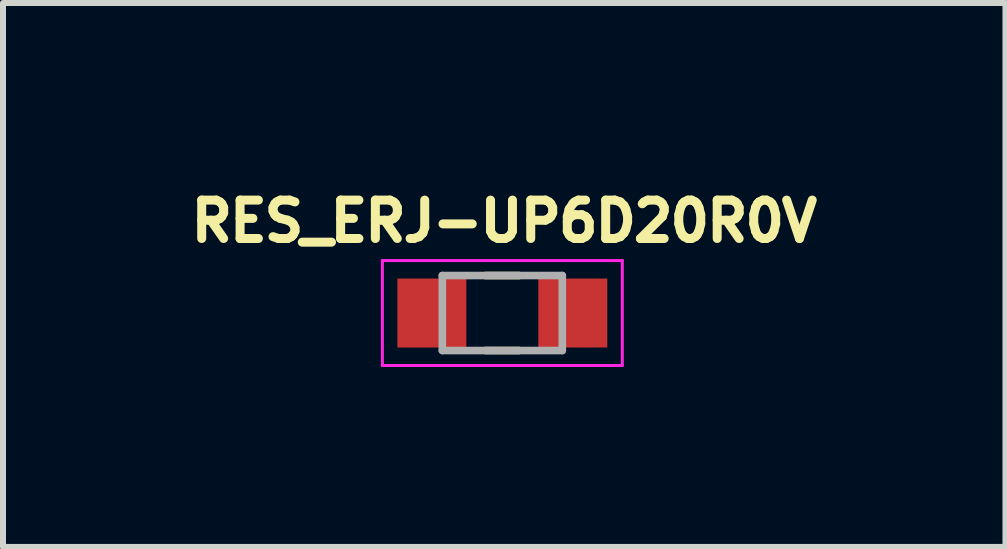
<source format=kicad_pcb>
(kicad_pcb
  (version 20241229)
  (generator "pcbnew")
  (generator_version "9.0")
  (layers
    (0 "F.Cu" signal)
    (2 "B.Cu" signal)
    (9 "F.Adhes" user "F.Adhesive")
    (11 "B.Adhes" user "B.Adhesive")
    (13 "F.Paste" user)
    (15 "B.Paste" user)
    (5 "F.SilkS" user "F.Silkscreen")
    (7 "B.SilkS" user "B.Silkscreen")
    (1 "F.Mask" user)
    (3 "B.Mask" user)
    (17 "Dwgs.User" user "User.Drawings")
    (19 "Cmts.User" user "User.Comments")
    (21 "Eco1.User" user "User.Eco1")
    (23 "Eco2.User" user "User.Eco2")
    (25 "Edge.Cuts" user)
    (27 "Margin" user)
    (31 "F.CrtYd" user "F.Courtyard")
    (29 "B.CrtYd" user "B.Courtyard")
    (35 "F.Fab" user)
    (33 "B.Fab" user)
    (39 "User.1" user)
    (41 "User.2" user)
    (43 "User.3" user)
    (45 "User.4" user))
  (footprint "RES_ERJ-UP6D20R0V"
    (layer "F.Cu")
    (at 5.325 2.169)
    (property "Reference" "RES_ERJ-UP6D20R0V" (at 0.032 -1.531 0) (layer "F.SilkS") (effects (font (size 0.64 0.64) (thickness 0.15))))
    (attr smd)
    (fp_line (start -0.28 -0.625) (end 0.28 -0.625) (stroke (width 0.127) (type solid)) (layer "F.SilkS"))
    (fp_line (start -0.28 0.625) (end 0.28 0.625) (stroke (width 0.127) (type solid)) (layer "F.SilkS"))
    (fp_line (start -2 -0.875) (end -2 0.875) (stroke (width 0.05) (type solid)) (layer "F.CrtYd"))
    (fp_line (start -2 0.875) (end 2 0.875) (stroke (width 0.05) (type solid)) (layer "F.CrtYd"))
    (fp_line (start 2 -0.875) (end -2 -0.875) (stroke (width 0.05) (type solid)) (layer "F.CrtYd"))
    (fp_line (start 2 0.875) (end 2 -0.875) (stroke (width 0.05) (type solid)) (layer "F.CrtYd"))
    (fp_line (start -1 -0.625) (end -1 0.625) (stroke (width 0.127) (type solid)) (layer "F.Fab"))
    (fp_line (start -1 -0.625) (end 1 -0.625) (stroke (width 0.127) (type solid)) (layer "F.Fab"))
    (fp_line (start -1 0.625) (end 1 0.625) (stroke (width 0.127) (type solid)) (layer "F.Fab"))
    (fp_line (start 1 -0.625) (end 1 0.625) (stroke (width 0.127) (type solid)) (layer "F.Fab"))
    (pad "1" smd rect (at -1.175 0) (size 1.15 1.15) (layers "F.Cu" "F.Mask" "F.Paste"))
    (pad "2" smd rect (at 1.175 0) (size 1.15 1.15) (layers "F.Cu" "F.Mask" "F.Paste")))
  (gr_rect
    (start -3 -3)
    (end 13.714 6.069)
    (stroke (width 0.1) (type default))
    (fill no)
    (layer "Edge.Cuts")))
</source>
